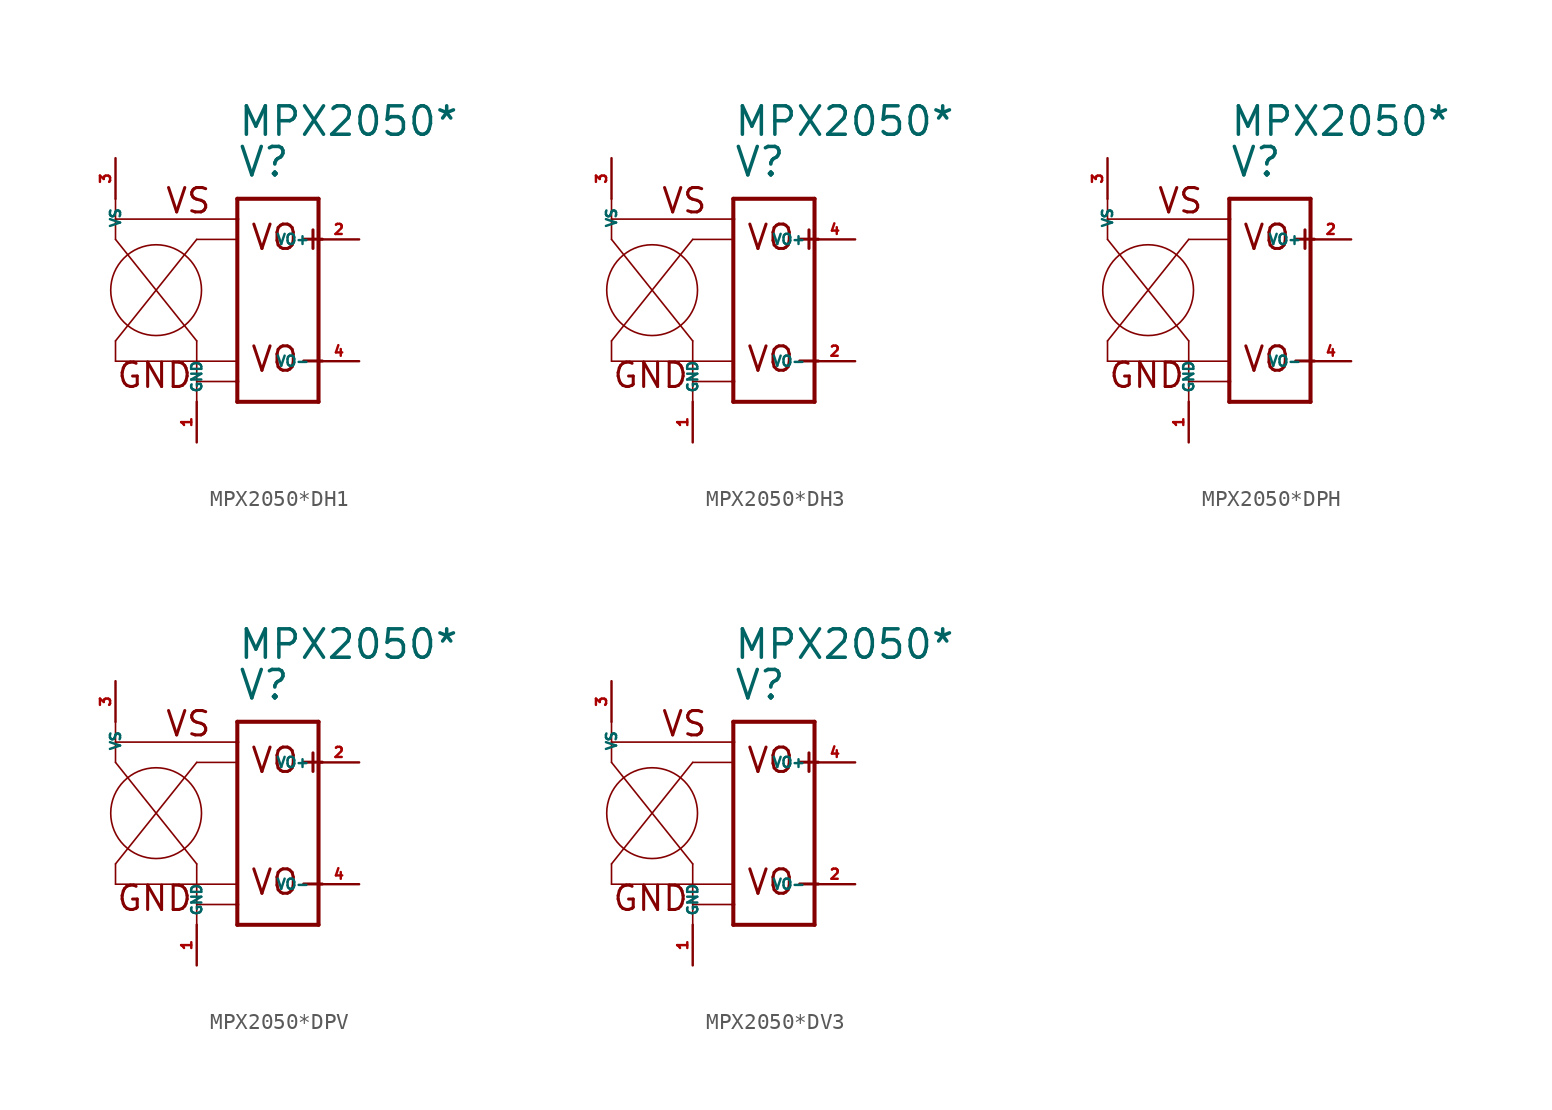
<source format=kicad_sym>
(kicad_symbol_lib
  (version 20220914)
  (generator Eagle2Kicad)
  (symbol "MPX2050*DH1"
    (property "Reference" "V"
      (at 5.08 6.35 0)
      (effects (font (size 1.778 1.778) (thickness 0.22)) (justify left bottom)))
    (property "Value" "MPX2050*"
      (at 5.08 8.89 0)
      (effects (font (size 1.778 1.778) (thickness 0.22)) (justify left bottom)))
    (polyline
      (pts (xy 5.08 2.54) (xy 2.54 2.54))
      (stroke (width 0.102) (type default))
      (fill (type none)))
    (polyline
      (pts (xy -2.54 -3.81) (xy -2.54 -5.08))
      (stroke (width 0.102) (type default))
      (fill (type none)))
    (polyline
      (pts (xy -2.54 -5.08) (xy 5.08 -5.08))
      (stroke (width 0.102) (type default))
      (fill (type none)))
    (polyline
      (pts (xy -2.54 5.08) (xy -2.54 3.81))
      (stroke (width 0.102) (type default))
      (fill (type none)))
    (polyline
      (pts (xy -2.54 3.81) (xy -2.54 2.54))
      (stroke (width 0.102) (type default))
      (fill (type none)))
    (polyline
      (pts (xy -2.54 2.54) (xy 2.54 -3.81))
      (stroke (width 0.102) (type default))
      (fill (type none)))
    (polyline
      (pts (xy 2.54 -3.81) (xy 2.54 -6.35))
      (stroke (width 0.102) (type default))
      (fill (type none)))
    (polyline
      (pts (xy 2.54 -6.35) (xy 2.54 -7.62))
      (stroke (width 0.102) (type default))
      (fill (type none)))
    (polyline
      (pts (xy -2.54 -3.81) (xy 2.54 2.54))
      (stroke (width 0.102) (type default))
      (fill (type none)))
    (polyline
      (pts (xy 5.08 5.08) (xy 10.16 5.08))
      (stroke (width 0.254) (type default))
      (fill (type none)))
    (polyline
      (pts (xy 10.16 5.08) (xy 10.16 -7.62))
      (stroke (width 0.254) (type default))
      (fill (type none)))
    (polyline
      (pts (xy 10.16 -7.62) (xy 5.08 -7.62))
      (stroke (width 0.254) (type default))
      (fill (type none)))
    (polyline
      (pts (xy 5.08 -7.62) (xy 5.08 -6.35))
      (stroke (width 0.254) (type default))
      (fill (type none)))
    (polyline
      (pts (xy 5.08 -6.35) (xy 5.08 3.81))
      (stroke (width 0.254) (type default))
      (fill (type none)))
    (polyline
      (pts (xy 5.08 3.81) (xy 5.08 5.08))
      (stroke (width 0.254) (type default))
      (fill (type none)))
    (polyline
      (pts (xy -2.54 3.81) (xy 5.08 3.81))
      (stroke (width 0.102) (type default))
      (fill (type none)))
    (polyline
      (pts (xy 2.54 -6.35) (xy 5.08 -6.35))
      (stroke (width 0.102) (type default))
      (fill (type none)))
    (text "VS"
      (at 0.508 4.064 0)
      (effects (font (size 1.524 1.524) (thickness 0.19)) (justify left bottom)))
    (text "GND"
      (at -2.54 -6.858 0)
      (effects (font (size 1.524 1.524) (thickness 0.19)) (justify left bottom)))
    (text "VO+"
      (at 5.842 1.778 0)
      (effects (font (size 1.524 1.524) (thickness 0.19)) (justify left bottom)))
    (text "VO-"
      (at 5.842 -5.842 0)
      (effects (font (size 1.524 1.524) (thickness 0.19)) (justify left bottom)))
    (circle
      (center 0 -0.635)
      (radius 2.84)
      (stroke (width 0.102) (type default))
      (fill (type none)))
    (pin passive line
      (at -2.54 7.62 270)
      (length 2.54)
      (name "VS" (effects (font (size 0.635 0.635) (thickness 0.08)) (justify left bottom)))
      (number "3" (effects (font (size 0.635 0.635) (thickness 0.08)) (justify left bottom))))
    (pin passive line
      (at 2.54 -10.16 90)
      (length 2.54)
      (name "GND" (effects (font (size 0.635 0.635) (thickness 0.08)) (justify left bottom)))
      (number "1" (effects (font (size 0.635 0.635) (thickness 0.08)) (justify left bottom))))
    (pin passive line
      (at 12.7 2.54 180)
      (length 2.54)
      (name "VO+" (effects (font (size 0.635 0.635) (thickness 0.08)) (justify left bottom)))
      (number "2" (effects (font (size 0.635 0.635) (thickness 0.08)) (justify left bottom))))
    (pin passive line
      (at 12.7 -5.08 180)
      (length 2.54)
      (name "VO-" (effects (font (size 0.635 0.635) (thickness 0.08)) (justify left bottom)))
      (number "4" (effects (font (size 0.635 0.635) (thickness 0.08)) (justify left bottom)))))
  (symbol "MPX2050*DH3"
    (property "Reference" "V"
      (at 5.08 6.35 0)
      (effects (font (size 1.778 1.778) (thickness 0.22)) (justify left bottom)))
    (property "Value" "MPX2050*"
      (at 5.08 8.89 0)
      (effects (font (size 1.778 1.778) (thickness 0.22)) (justify left bottom)))
    (polyline
      (pts (xy 5.08 2.54) (xy 2.54 2.54))
      (stroke (width 0.102) (type default))
      (fill (type none)))
    (polyline
      (pts (xy -2.54 -3.81) (xy -2.54 -5.08))
      (stroke (width 0.102) (type default))
      (fill (type none)))
    (polyline
      (pts (xy -2.54 -5.08) (xy 5.08 -5.08))
      (stroke (width 0.102) (type default))
      (fill (type none)))
    (polyline
      (pts (xy -2.54 5.08) (xy -2.54 3.81))
      (stroke (width 0.102) (type default))
      (fill (type none)))
    (polyline
      (pts (xy -2.54 3.81) (xy -2.54 2.54))
      (stroke (width 0.102) (type default))
      (fill (type none)))
    (polyline
      (pts (xy -2.54 2.54) (xy 2.54 -3.81))
      (stroke (width 0.102) (type default))
      (fill (type none)))
    (polyline
      (pts (xy 2.54 -3.81) (xy 2.54 -6.35))
      (stroke (width 0.102) (type default))
      (fill (type none)))
    (polyline
      (pts (xy 2.54 -6.35) (xy 2.54 -7.62))
      (stroke (width 0.102) (type default))
      (fill (type none)))
    (polyline
      (pts (xy -2.54 -3.81) (xy 2.54 2.54))
      (stroke (width 0.102) (type default))
      (fill (type none)))
    (polyline
      (pts (xy 5.08 5.08) (xy 10.16 5.08))
      (stroke (width 0.254) (type default))
      (fill (type none)))
    (polyline
      (pts (xy 10.16 5.08) (xy 10.16 -7.62))
      (stroke (width 0.254) (type default))
      (fill (type none)))
    (polyline
      (pts (xy 10.16 -7.62) (xy 5.08 -7.62))
      (stroke (width 0.254) (type default))
      (fill (type none)))
    (polyline
      (pts (xy 5.08 -7.62) (xy 5.08 -6.35))
      (stroke (width 0.254) (type default))
      (fill (type none)))
    (polyline
      (pts (xy 5.08 -6.35) (xy 5.08 3.81))
      (stroke (width 0.254) (type default))
      (fill (type none)))
    (polyline
      (pts (xy 5.08 3.81) (xy 5.08 5.08))
      (stroke (width 0.254) (type default))
      (fill (type none)))
    (polyline
      (pts (xy -2.54 3.81) (xy 5.08 3.81))
      (stroke (width 0.102) (type default))
      (fill (type none)))
    (polyline
      (pts (xy 2.54 -6.35) (xy 5.08 -6.35))
      (stroke (width 0.102) (type default))
      (fill (type none)))
    (text "VS"
      (at 0.508 4.064 0)
      (effects (font (size 1.524 1.524) (thickness 0.19)) (justify left bottom)))
    (text "GND"
      (at -2.54 -6.858 0)
      (effects (font (size 1.524 1.524) (thickness 0.19)) (justify left bottom)))
    (text "VO+"
      (at 5.842 1.778 0)
      (effects (font (size 1.524 1.524) (thickness 0.19)) (justify left bottom)))
    (text "VO-"
      (at 5.842 -5.842 0)
      (effects (font (size 1.524 1.524) (thickness 0.19)) (justify left bottom)))
    (circle
      (center 0 -0.635)
      (radius 2.84)
      (stroke (width 0.102) (type default))
      (fill (type none)))
    (pin passive line
      (at -2.54 7.62 270)
      (length 2.54)
      (name "VS" (effects (font (size 0.635 0.635) (thickness 0.08)) (justify left bottom)))
      (number "3" (effects (font (size 0.635 0.635) (thickness 0.08)) (justify left bottom))))
    (pin passive line
      (at 2.54 -10.16 90)
      (length 2.54)
      (name "GND" (effects (font (size 0.635 0.635) (thickness 0.08)) (justify left bottom)))
      (number "1" (effects (font (size 0.635 0.635) (thickness 0.08)) (justify left bottom))))
    (pin passive line
      (at 12.7 2.54 180)
      (length 2.54)
      (name "VO+" (effects (font (size 0.635 0.635) (thickness 0.08)) (justify left bottom)))
      (number "4" (effects (font (size 0.635 0.635) (thickness 0.08)) (justify left bottom))))
    (pin passive line
      (at 12.7 -5.08 180)
      (length 2.54)
      (name "VO-" (effects (font (size 0.635 0.635) (thickness 0.08)) (justify left bottom)))
      (number "2" (effects (font (size 0.635 0.635) (thickness 0.08)) (justify left bottom)))))
  (symbol "MPX2050*DPH"
    (property "Reference" "V"
      (at 5.08 6.35 0)
      (effects (font (size 1.778 1.778) (thickness 0.22)) (justify left bottom)))
    (property "Value" "MPX2050*"
      (at 5.08 8.89 0)
      (effects (font (size 1.778 1.778) (thickness 0.22)) (justify left bottom)))
    (polyline
      (pts (xy 5.08 2.54) (xy 2.54 2.54))
      (stroke (width 0.102) (type default))
      (fill (type none)))
    (polyline
      (pts (xy -2.54 -3.81) (xy -2.54 -5.08))
      (stroke (width 0.102) (type default))
      (fill (type none)))
    (polyline
      (pts (xy -2.54 -5.08) (xy 5.08 -5.08))
      (stroke (width 0.102) (type default))
      (fill (type none)))
    (polyline
      (pts (xy -2.54 5.08) (xy -2.54 3.81))
      (stroke (width 0.102) (type default))
      (fill (type none)))
    (polyline
      (pts (xy -2.54 3.81) (xy -2.54 2.54))
      (stroke (width 0.102) (type default))
      (fill (type none)))
    (polyline
      (pts (xy -2.54 2.54) (xy 2.54 -3.81))
      (stroke (width 0.102) (type default))
      (fill (type none)))
    (polyline
      (pts (xy 2.54 -3.81) (xy 2.54 -6.35))
      (stroke (width 0.102) (type default))
      (fill (type none)))
    (polyline
      (pts (xy 2.54 -6.35) (xy 2.54 -7.62))
      (stroke (width 0.102) (type default))
      (fill (type none)))
    (polyline
      (pts (xy -2.54 -3.81) (xy 2.54 2.54))
      (stroke (width 0.102) (type default))
      (fill (type none)))
    (polyline
      (pts (xy 5.08 5.08) (xy 10.16 5.08))
      (stroke (width 0.254) (type default))
      (fill (type none)))
    (polyline
      (pts (xy 10.16 5.08) (xy 10.16 -7.62))
      (stroke (width 0.254) (type default))
      (fill (type none)))
    (polyline
      (pts (xy 10.16 -7.62) (xy 5.08 -7.62))
      (stroke (width 0.254) (type default))
      (fill (type none)))
    (polyline
      (pts (xy 5.08 -7.62) (xy 5.08 -6.35))
      (stroke (width 0.254) (type default))
      (fill (type none)))
    (polyline
      (pts (xy 5.08 -6.35) (xy 5.08 3.81))
      (stroke (width 0.254) (type default))
      (fill (type none)))
    (polyline
      (pts (xy 5.08 3.81) (xy 5.08 5.08))
      (stroke (width 0.254) (type default))
      (fill (type none)))
    (polyline
      (pts (xy -2.54 3.81) (xy 5.08 3.81))
      (stroke (width 0.102) (type default))
      (fill (type none)))
    (polyline
      (pts (xy 2.54 -6.35) (xy 5.08 -6.35))
      (stroke (width 0.102) (type default))
      (fill (type none)))
    (text "VS"
      (at 0.508 4.064 0)
      (effects (font (size 1.524 1.524) (thickness 0.19)) (justify left bottom)))
    (text "GND"
      (at -2.54 -6.858 0)
      (effects (font (size 1.524 1.524) (thickness 0.19)) (justify left bottom)))
    (text "VO+"
      (at 5.842 1.778 0)
      (effects (font (size 1.524 1.524) (thickness 0.19)) (justify left bottom)))
    (text "VO-"
      (at 5.842 -5.842 0)
      (effects (font (size 1.524 1.524) (thickness 0.19)) (justify left bottom)))
    (circle
      (center 0 -0.635)
      (radius 2.84)
      (stroke (width 0.102) (type default))
      (fill (type none)))
    (pin passive line
      (at -2.54 7.62 270)
      (length 2.54)
      (name "VS" (effects (font (size 0.635 0.635) (thickness 0.08)) (justify left bottom)))
      (number "3" (effects (font (size 0.635 0.635) (thickness 0.08)) (justify left bottom))))
    (pin passive line
      (at 2.54 -10.16 90)
      (length 2.54)
      (name "GND" (effects (font (size 0.635 0.635) (thickness 0.08)) (justify left bottom)))
      (number "1" (effects (font (size 0.635 0.635) (thickness 0.08)) (justify left bottom))))
    (pin passive line
      (at 12.7 2.54 180)
      (length 2.54)
      (name "VO+" (effects (font (size 0.635 0.635) (thickness 0.08)) (justify left bottom)))
      (number "2" (effects (font (size 0.635 0.635) (thickness 0.08)) (justify left bottom))))
    (pin passive line
      (at 12.7 -5.08 180)
      (length 2.54)
      (name "VO-" (effects (font (size 0.635 0.635) (thickness 0.08)) (justify left bottom)))
      (number "4" (effects (font (size 0.635 0.635) (thickness 0.08)) (justify left bottom)))))
  (symbol "MPX2050*DPV"
    (property "Reference" "V"
      (at 5.08 6.35 0)
      (effects (font (size 1.778 1.778) (thickness 0.22)) (justify left bottom)))
    (property "Value" "MPX2050*"
      (at 5.08 8.89 0)
      (effects (font (size 1.778 1.778) (thickness 0.22)) (justify left bottom)))
    (polyline
      (pts (xy 5.08 2.54) (xy 2.54 2.54))
      (stroke (width 0.102) (type default))
      (fill (type none)))
    (polyline
      (pts (xy -2.54 -3.81) (xy -2.54 -5.08))
      (stroke (width 0.102) (type default))
      (fill (type none)))
    (polyline
      (pts (xy -2.54 -5.08) (xy 5.08 -5.08))
      (stroke (width 0.102) (type default))
      (fill (type none)))
    (polyline
      (pts (xy -2.54 5.08) (xy -2.54 3.81))
      (stroke (width 0.102) (type default))
      (fill (type none)))
    (polyline
      (pts (xy -2.54 3.81) (xy -2.54 2.54))
      (stroke (width 0.102) (type default))
      (fill (type none)))
    (polyline
      (pts (xy -2.54 2.54) (xy 2.54 -3.81))
      (stroke (width 0.102) (type default))
      (fill (type none)))
    (polyline
      (pts (xy 2.54 -3.81) (xy 2.54 -6.35))
      (stroke (width 0.102) (type default))
      (fill (type none)))
    (polyline
      (pts (xy 2.54 -6.35) (xy 2.54 -7.62))
      (stroke (width 0.102) (type default))
      (fill (type none)))
    (polyline
      (pts (xy -2.54 -3.81) (xy 2.54 2.54))
      (stroke (width 0.102) (type default))
      (fill (type none)))
    (polyline
      (pts (xy 5.08 5.08) (xy 10.16 5.08))
      (stroke (width 0.254) (type default))
      (fill (type none)))
    (polyline
      (pts (xy 10.16 5.08) (xy 10.16 -7.62))
      (stroke (width 0.254) (type default))
      (fill (type none)))
    (polyline
      (pts (xy 10.16 -7.62) (xy 5.08 -7.62))
      (stroke (width 0.254) (type default))
      (fill (type none)))
    (polyline
      (pts (xy 5.08 -7.62) (xy 5.08 -6.35))
      (stroke (width 0.254) (type default))
      (fill (type none)))
    (polyline
      (pts (xy 5.08 -6.35) (xy 5.08 3.81))
      (stroke (width 0.254) (type default))
      (fill (type none)))
    (polyline
      (pts (xy 5.08 3.81) (xy 5.08 5.08))
      (stroke (width 0.254) (type default))
      (fill (type none)))
    (polyline
      (pts (xy -2.54 3.81) (xy 5.08 3.81))
      (stroke (width 0.102) (type default))
      (fill (type none)))
    (polyline
      (pts (xy 2.54 -6.35) (xy 5.08 -6.35))
      (stroke (width 0.102) (type default))
      (fill (type none)))
    (text "VS"
      (at 0.508 4.064 0)
      (effects (font (size 1.524 1.524) (thickness 0.19)) (justify left bottom)))
    (text "GND"
      (at -2.54 -6.858 0)
      (effects (font (size 1.524 1.524) (thickness 0.19)) (justify left bottom)))
    (text "VO+"
      (at 5.842 1.778 0)
      (effects (font (size 1.524 1.524) (thickness 0.19)) (justify left bottom)))
    (text "VO-"
      (at 5.842 -5.842 0)
      (effects (font (size 1.524 1.524) (thickness 0.19)) (justify left bottom)))
    (circle
      (center 0 -0.635)
      (radius 2.84)
      (stroke (width 0.102) (type default))
      (fill (type none)))
    (pin passive line
      (at -2.54 7.62 270)
      (length 2.54)
      (name "VS" (effects (font (size 0.635 0.635) (thickness 0.08)) (justify left bottom)))
      (number "3" (effects (font (size 0.635 0.635) (thickness 0.08)) (justify left bottom))))
    (pin passive line
      (at 2.54 -10.16 90)
      (length 2.54)
      (name "GND" (effects (font (size 0.635 0.635) (thickness 0.08)) (justify left bottom)))
      (number "1" (effects (font (size 0.635 0.635) (thickness 0.08)) (justify left bottom))))
    (pin passive line
      (at 12.7 2.54 180)
      (length 2.54)
      (name "VO+" (effects (font (size 0.635 0.635) (thickness 0.08)) (justify left bottom)))
      (number "2" (effects (font (size 0.635 0.635) (thickness 0.08)) (justify left bottom))))
    (pin passive line
      (at 12.7 -5.08 180)
      (length 2.54)
      (name "VO-" (effects (font (size 0.635 0.635) (thickness 0.08)) (justify left bottom)))
      (number "4" (effects (font (size 0.635 0.635) (thickness 0.08)) (justify left bottom)))))
  (symbol "MPX2050*DV3"
    (property "Reference" "V"
      (at 5.08 6.35 0)
      (effects (font (size 1.778 1.778) (thickness 0.22)) (justify left bottom)))
    (property "Value" "MPX2050*"
      (at 5.08 8.89 0)
      (effects (font (size 1.778 1.778) (thickness 0.22)) (justify left bottom)))
    (polyline
      (pts (xy 5.08 2.54) (xy 2.54 2.54))
      (stroke (width 0.102) (type default))
      (fill (type none)))
    (polyline
      (pts (xy -2.54 -3.81) (xy -2.54 -5.08))
      (stroke (width 0.102) (type default))
      (fill (type none)))
    (polyline
      (pts (xy -2.54 -5.08) (xy 5.08 -5.08))
      (stroke (width 0.102) (type default))
      (fill (type none)))
    (polyline
      (pts (xy -2.54 5.08) (xy -2.54 3.81))
      (stroke (width 0.102) (type default))
      (fill (type none)))
    (polyline
      (pts (xy -2.54 3.81) (xy -2.54 2.54))
      (stroke (width 0.102) (type default))
      (fill (type none)))
    (polyline
      (pts (xy -2.54 2.54) (xy 2.54 -3.81))
      (stroke (width 0.102) (type default))
      (fill (type none)))
    (polyline
      (pts (xy 2.54 -3.81) (xy 2.54 -6.35))
      (stroke (width 0.102) (type default))
      (fill (type none)))
    (polyline
      (pts (xy 2.54 -6.35) (xy 2.54 -7.62))
      (stroke (width 0.102) (type default))
      (fill (type none)))
    (polyline
      (pts (xy -2.54 -3.81) (xy 2.54 2.54))
      (stroke (width 0.102) (type default))
      (fill (type none)))
    (polyline
      (pts (xy 5.08 5.08) (xy 10.16 5.08))
      (stroke (width 0.254) (type default))
      (fill (type none)))
    (polyline
      (pts (xy 10.16 5.08) (xy 10.16 -7.62))
      (stroke (width 0.254) (type default))
      (fill (type none)))
    (polyline
      (pts (xy 10.16 -7.62) (xy 5.08 -7.62))
      (stroke (width 0.254) (type default))
      (fill (type none)))
    (polyline
      (pts (xy 5.08 -7.62) (xy 5.08 -6.35))
      (stroke (width 0.254) (type default))
      (fill (type none)))
    (polyline
      (pts (xy 5.08 -6.35) (xy 5.08 3.81))
      (stroke (width 0.254) (type default))
      (fill (type none)))
    (polyline
      (pts (xy 5.08 3.81) (xy 5.08 5.08))
      (stroke (width 0.254) (type default))
      (fill (type none)))
    (polyline
      (pts (xy -2.54 3.81) (xy 5.08 3.81))
      (stroke (width 0.102) (type default))
      (fill (type none)))
    (polyline
      (pts (xy 2.54 -6.35) (xy 5.08 -6.35))
      (stroke (width 0.102) (type default))
      (fill (type none)))
    (text "VS"
      (at 0.508 4.064 0)
      (effects (font (size 1.524 1.524) (thickness 0.19)) (justify left bottom)))
    (text "GND"
      (at -2.54 -6.858 0)
      (effects (font (size 1.524 1.524) (thickness 0.19)) (justify left bottom)))
    (text "VO+"
      (at 5.842 1.778 0)
      (effects (font (size 1.524 1.524) (thickness 0.19)) (justify left bottom)))
    (text "VO-"
      (at 5.842 -5.842 0)
      (effects (font (size 1.524 1.524) (thickness 0.19)) (justify left bottom)))
    (circle
      (center 0 -0.635)
      (radius 2.84)
      (stroke (width 0.102) (type default))
      (fill (type none)))
    (pin passive line
      (at -2.54 7.62 270)
      (length 2.54)
      (name "VS" (effects (font (size 0.635 0.635) (thickness 0.08)) (justify left bottom)))
      (number "3" (effects (font (size 0.635 0.635) (thickness 0.08)) (justify left bottom))))
    (pin passive line
      (at 2.54 -10.16 90)
      (length 2.54)
      (name "GND" (effects (font (size 0.635 0.635) (thickness 0.08)) (justify left bottom)))
      (number "1" (effects (font (size 0.635 0.635) (thickness 0.08)) (justify left bottom))))
    (pin passive line
      (at 12.7 2.54 180)
      (length 2.54)
      (name "VO+" (effects (font (size 0.635 0.635) (thickness 0.08)) (justify left bottom)))
      (number "4" (effects (font (size 0.635 0.635) (thickness 0.08)) (justify left bottom))))
    (pin passive line
      (at 12.7 -5.08 180)
      (length 2.54)
      (name "VO-" (effects (font (size 0.635 0.635) (thickness 0.08)) (justify left bottom)))
      (number "2" (effects (font (size 0.635 0.635) (thickness 0.08)) (justify left bottom))))))
</source>
